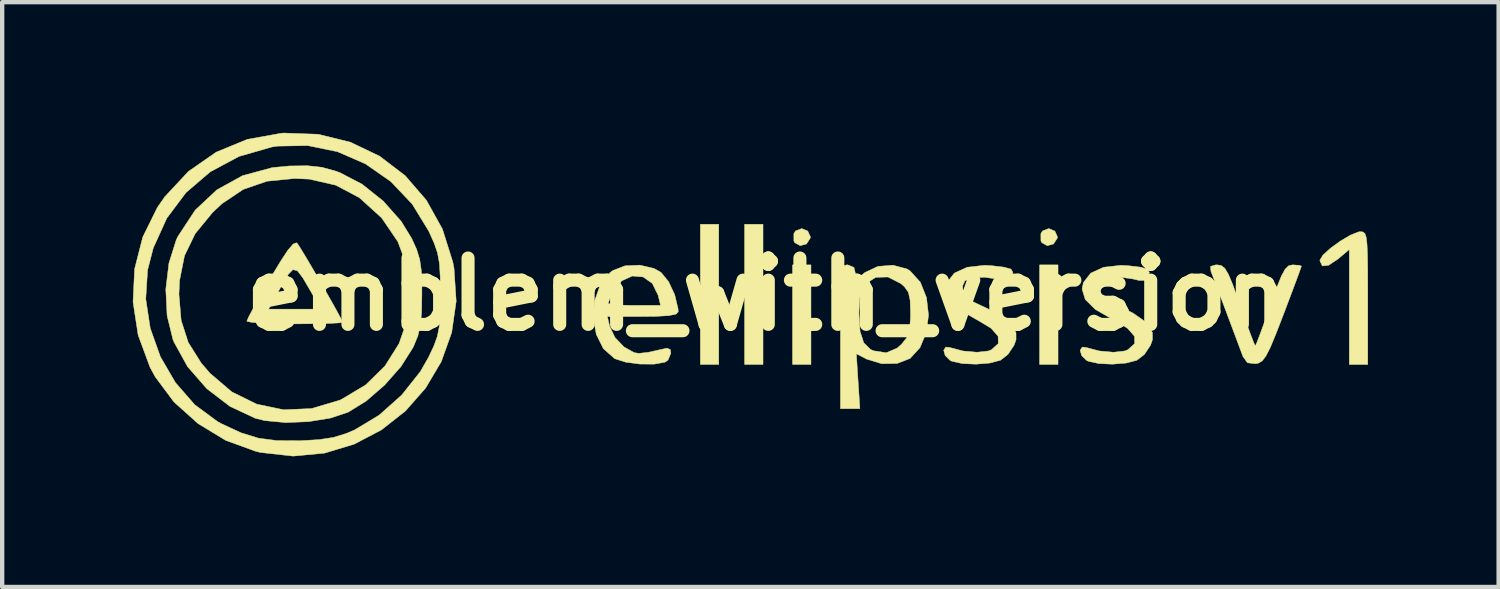
<source format=kicad_pcb>
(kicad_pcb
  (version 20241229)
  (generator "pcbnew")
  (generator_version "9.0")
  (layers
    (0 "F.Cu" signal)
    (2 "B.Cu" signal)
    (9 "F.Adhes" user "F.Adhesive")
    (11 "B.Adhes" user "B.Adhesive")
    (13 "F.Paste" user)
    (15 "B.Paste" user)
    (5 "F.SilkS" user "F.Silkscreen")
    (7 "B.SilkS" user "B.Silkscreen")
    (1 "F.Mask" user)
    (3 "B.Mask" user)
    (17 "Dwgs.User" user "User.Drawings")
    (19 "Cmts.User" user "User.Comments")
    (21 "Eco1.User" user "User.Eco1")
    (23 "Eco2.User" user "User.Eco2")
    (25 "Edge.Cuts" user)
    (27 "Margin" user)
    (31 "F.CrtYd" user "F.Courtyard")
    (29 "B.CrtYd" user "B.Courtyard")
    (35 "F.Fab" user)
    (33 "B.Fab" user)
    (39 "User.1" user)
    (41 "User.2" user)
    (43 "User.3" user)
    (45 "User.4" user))
  (footprint "emblem_with_version"
    (layer "F.Cu")
    (at 14.555 3.709)
    (property "Reference" "emblem_with_version" (at 0 0 0) (layer "F.SilkS") (effects (font (size 1.524 1.524) (thickness 0.3))))
    (attr through_hole)
    (fp_poly (pts (xy -1.101 1.609) (xy -1.524 1.609) (xy -1.524 -1.609) (xy -1.101 -1.609) (xy -1.101 1.609)) (stroke (width 0.01) (type solid)) (fill yes) (layer "F.SilkS"))
    (fp_poly (pts (xy -0.085 1.609) (xy -0.508 1.609) (xy -0.508 -1.609) (xy -0.085 -1.609) (xy -0.085 1.609)) (stroke (width 0.01) (type solid)) (fill yes) (layer "F.SilkS"))
    (fp_poly (pts (xy 1.016 1.609) (xy 0.593 1.609) (xy 0.593 -0.677) (xy 1.016 -0.677) (xy 1.016 1.609)) (stroke (width 0.01) (type solid)) (fill yes) (layer "F.SilkS"))
    (fp_poly (pts (xy 6.689 1.609) (xy 6.265 1.609) (xy 6.265 -0.677) (xy 6.689 -0.677) (xy 6.689 1.609)) (stroke (width 0.01) (type solid)) (fill yes) (layer "F.SilkS"))
    (fp_poly (pts (xy 0.943 -1.453) (xy 1.003 -1.32) (xy 1 -1.292) (xy 0.913 -1.157) (xy 0.769 -1.118) (xy 0.644 -1.187) (xy 0.624 -1.227) (xy 0.623 -1.393) (xy 0.66 -1.456) (xy 0.805 -1.511) (xy 0.943 -1.453)) (stroke (width 0.01) (type solid)) (fill yes) (layer "F.SilkS"))
    (fp_poly (pts (xy 6.616 -1.453) (xy 6.676 -1.32) (xy 6.673 -1.292) (xy 6.585 -1.157) (xy 6.442 -1.118) (xy 6.317 -1.187) (xy 6.296 -1.227) (xy 6.295 -1.393) (xy 6.333 -1.456) (xy 6.477 -1.511) (xy 6.616 -1.453)) (stroke (width 0.01) (type solid)) (fill yes) (layer "F.SilkS"))
    (fp_poly (pts (xy 13.689 -1.433) (xy 13.734 -1.398) (xy 13.765 -1.311) (xy 13.784 -1.15) (xy 13.795 -0.892) (xy 13.8 -0.513) (xy 13.801 0.009) (xy 13.801 0.085) (xy 13.801 1.609) (xy 13.377 1.609) (xy 13.377 -1.031) (xy 13.116 -0.811) (xy 12.9 -0.667) (xy 12.757 -0.653) (xy 12.703 -0.77) (xy 12.703 -0.788) (xy 12.773 -0.903) (xy 12.946 -1.06) (xy 13.172 -1.224) (xy 13.402 -1.36) (xy 13.587 -1.434) (xy 13.628 -1.439) (xy 13.689 -1.433)) (stroke (width 0.01) (type solid)) (fill yes) (layer "F.SilkS"))
    (fp_poly (pts (xy -10.778 -1.169) (xy -10.704 -1.056) (xy -10.573 -0.84) (xy -10.406 -0.557) (xy -10.223 -0.242) (xy -10.045 0.071) (xy -9.89 0.346) (xy -9.781 0.547) (xy -9.737 0.64) (xy -9.737 0.642) (xy -9.816 0.655) (xy -10.033 0.666) (xy -10.357 0.674) (xy -10.756 0.677) (xy -10.837 0.677) (xy -11.247 0.673) (xy -11.587 0.66) (xy -11.826 0.642) (xy -11.934 0.619) (xy -11.937 0.614) (xy -11.896 0.52) (xy -11.8 0.339) (xy -11.437 0.339) (xy -10.238 0.339) (xy -10.466 -0.064) (xy -10.648 -0.374) (xy -10.775 -0.541) (xy -10.878 -0.568) (xy -10.985 -0.461) (xy -11.126 -0.224) (xy -11.158 -0.166) (xy -11.437 0.339) (xy -11.8 0.339) (xy -11.785 0.312) (xy -11.621 0.017) (xy -11.419 -0.332) (xy -11.401 -0.364) (xy -11.163 -0.759) (xy -10.992 -1.018) (xy -10.874 -1.155) (xy -10.799 -1.185) (xy -10.778 -1.169)) (stroke (width 0.01) (type solid)) (fill yes) (layer "F.SilkS"))
    (fp_poly (pts (xy 12.233 -0.666) (xy 12.277 -0.648) (xy 12.248 -0.562) (xy 12.17 -0.348) (xy 12.053 -0.035) (xy 11.908 0.348) (xy 11.86 0.474) (xy 11.69 0.914) (xy 11.563 1.219) (xy 11.463 1.415) (xy 11.379 1.526) (xy 11.294 1.578) (xy 11.225 1.593) (xy 11.038 1.571) (xy 10.934 1.424) (xy 10.823 1.126) (xy 10.689 0.768) (xy 10.547 0.39) (xy 10.412 0.031) (xy 10.299 -0.27) (xy 10.222 -0.473) (xy 10.2 -0.529) (xy 10.191 -0.642) (xy 10.311 -0.677) (xy 10.345 -0.677) (xy 10.437 -0.662) (xy 10.517 -0.6) (xy 10.6 -0.463) (xy 10.7 -0.226) (xy 10.832 0.14) (xy 10.872 0.254) (xy 11.001 0.619) (xy 11.109 0.917) (xy 11.186 1.116) (xy 11.218 1.185) (xy 11.253 1.11) (xy 11.331 0.907) (xy 11.44 0.606) (xy 11.565 0.254) (xy 11.709 -0.149) (xy 11.816 -0.417) (xy 11.903 -0.577) (xy 11.982 -0.655) (xy 12.07 -0.677) (xy 12.083 -0.677) (xy 12.233 -0.666)) (stroke (width 0.01) (type solid)) (fill yes) (layer "F.SilkS"))
    (fp_poly (pts (xy 5.168 -0.658) (xy 5.456 -0.623) (xy 5.608 -0.579) (xy 5.652 -0.507) (xy 5.627 -0.402) (xy 5.56 -0.321) (xy 5.421 -0.319) (xy 5.28 -0.353) (xy 5.001 -0.394) (xy 4.736 -0.38) (xy 4.731 -0.379) (xy 4.552 -0.314) (xy 4.499 -0.196) (xy 4.504 -0.11) (xy 4.554 0.031) (xy 4.688 0.147) (xy 4.945 0.269) (xy 4.988 0.287) (xy 5.274 0.428) (xy 5.515 0.595) (xy 5.614 0.695) (xy 5.724 0.879) (xy 5.725 1.042) (xy 5.679 1.169) (xy 5.539 1.379) (xy 5.367 1.513) (xy 5.123 1.577) (xy 4.808 1.603) (xy 4.493 1.589) (xy 4.252 1.536) (xy 4.212 1.517) (xy 4.098 1.405) (xy 4.064 1.283) (xy 4.113 1.21) (xy 4.198 1.219) (xy 4.51 1.301) (xy 4.831 1.329) (xy 5.093 1.299) (xy 5.159 1.273) (xy 5.317 1.13) (xy 5.313 0.962) (xy 5.152 0.778) (xy 4.837 0.588) (xy 4.808 0.574) (xy 4.413 0.346) (xy 4.181 0.116) (xy 4.109 -0.122) (xy 4.139 -0.272) (xy 4.308 -0.488) (xy 4.603 -0.623) (xy 4.997 -0.667) (xy 5.168 -0.658)) (stroke (width 0.01) (type solid)) (fill yes) (layer "F.SilkS"))
    (fp_poly (pts (xy 8.3 -0.658) (xy 8.589 -0.623) (xy 8.74 -0.579) (xy 8.785 -0.507) (xy 8.759 -0.402) (xy 8.693 -0.321) (xy 8.553 -0.319) (xy 8.413 -0.353) (xy 8.133 -0.394) (xy 7.869 -0.38) (xy 7.864 -0.379) (xy 7.685 -0.314) (xy 7.631 -0.196) (xy 7.636 -0.11) (xy 7.686 0.031) (xy 7.821 0.147) (xy 8.078 0.269) (xy 8.121 0.287) (xy 8.406 0.428) (xy 8.647 0.595) (xy 8.747 0.695) (xy 8.856 0.879) (xy 8.857 1.042) (xy 8.812 1.169) (xy 8.672 1.379) (xy 8.499 1.513) (xy 8.256 1.577) (xy 7.94 1.603) (xy 7.626 1.589) (xy 7.385 1.536) (xy 7.345 1.517) (xy 7.231 1.405) (xy 7.197 1.283) (xy 7.245 1.21) (xy 7.331 1.219) (xy 7.642 1.301) (xy 7.964 1.329) (xy 8.225 1.299) (xy 8.291 1.273) (xy 8.449 1.13) (xy 8.445 0.962) (xy 8.284 0.778) (xy 7.97 0.588) (xy 7.941 0.574) (xy 7.545 0.346) (xy 7.314 0.116) (xy 7.241 -0.122) (xy 7.272 -0.272) (xy 7.441 -0.488) (xy 7.736 -0.623) (xy 8.13 -0.667) (xy 8.3 -0.658)) (stroke (width 0.01) (type solid)) (fill yes) (layer "F.SilkS"))
    (fp_poly (pts (xy -2.585 -0.594) (xy -2.427 -0.504) (xy -2.253 -0.292) (xy -2.112 0.011) (xy -2.037 0.325) (xy -2.032 0.402) (xy -2.085 0.455) (xy -2.254 0.489) (xy -2.561 0.505) (xy -2.846 0.508) (xy -3.659 0.508) (xy -3.604 0.741) (xy -3.484 0.991) (xy -3.278 1.207) (xy -3.043 1.338) (xy -2.937 1.355) (xy -2.722 1.331) (xy -2.476 1.276) (xy -2.289 1.235) (xy -2.213 1.268) (xy -2.201 1.352) (xy -2.266 1.508) (xy -2.335 1.557) (xy -2.585 1.602) (xy -2.915 1.6) (xy -3.243 1.556) (xy -3.489 1.477) (xy -3.491 1.476) (xy -3.75 1.247) (xy -3.913 0.92) (xy -3.981 0.539) (xy -3.956 0.207) (xy -3.641 0.207) (xy -3.563 0.23) (xy -3.359 0.247) (xy -3.07 0.254) (xy -3.039 0.254) (xy -2.437 0.254) (xy -2.493 0.021) (xy -2.626 -0.251) (xy -2.838 -0.4) (xy -3.086 -0.421) (xy -3.328 -0.312) (xy -3.517 -0.079) (xy -3.603 0.101) (xy -3.641 0.206) (xy -3.641 0.207) (xy -3.956 0.207) (xy -3.951 0.147) (xy -3.824 -0.214) (xy -3.597 -0.499) (xy -3.538 -0.545) (xy -3.255 -0.655) (xy -2.912 -0.671) (xy -2.585 -0.594)) (stroke (width 0.01) (type solid)) (fill yes) (layer "F.SilkS"))
    (fp_poly (pts (xy 2.003 -0.619) (xy 2.032 -0.502) (xy 2.032 -0.326) (xy 2.255 -0.502) (xy 2.553 -0.642) (xy 2.899 -0.67) (xy 3.22 -0.583) (xy 3.292 -0.539) (xy 3.528 -0.278) (xy 3.669 0.076) (xy 3.715 0.475) (xy 3.665 0.874) (xy 3.519 1.224) (xy 3.292 1.471) (xy 2.996 1.586) (xy 2.641 1.592) (xy 2.297 1.488) (xy 2.295 1.486) (xy 2.058 1.364) (xy 2.098 1.994) (xy 2.139 2.625) (xy 1.693 2.625) (xy 1.693 0.974) (xy 1.694 0.449) (xy 2.117 0.449) (xy 2.143 0.848) (xy 2.228 1.111) (xy 2.383 1.264) (xy 2.455 1.296) (xy 2.745 1.341) (xy 2.994 1.235) (xy 3.094 1.147) (xy 3.216 0.995) (xy 3.279 0.815) (xy 3.301 0.547) (xy 3.302 0.433) (xy 3.293 0.137) (xy 3.253 -0.047) (xy 3.163 -0.175) (xy 3.079 -0.248) (xy 2.784 -0.399) (xy 2.503 -0.391) (xy 2.286 -0.254) (xy 2.186 -0.113) (xy 2.133 0.089) (xy 2.117 0.402) (xy 2.117 0.449) (xy 1.694 0.449) (xy 1.694 0.407) (xy 1.698 -0.013) (xy 1.706 -0.308) (xy 1.723 -0.499) (xy 1.749 -0.61) (xy 1.786 -0.662) (xy 1.838 -0.677) (xy 1.863 -0.677) (xy 2.003 -0.619)) (stroke (width 0.01) (type solid)) (fill yes) (layer "F.SilkS"))
    (fp_poly (pts (xy -10.216 -2.918) (xy -9.903 -2.832) (xy -9.8 -2.795) (xy -9.291 -2.53) (xy -8.805 -2.142) (xy -8.394 -1.678) (xy -8.153 -1.286) (xy -8.038 -1.032) (xy -7.968 -0.805) (xy -7.931 -0.547) (xy -7.918 -0.203) (xy -7.918 0) (xy -7.925 0.414) (xy -7.953 0.713) (xy -8.01 0.952) (xy -8.105 1.185) (xy -8.126 1.228) (xy -8.398 1.657) (xy -8.774 2.083) (xy -9.2 2.452) (xy -9.61 2.705) (xy -10.022 2.842) (xy -10.524 2.923) (xy -11.048 2.944) (xy -11.525 2.899) (xy -11.741 2.846) (xy -12.325 2.572) (xy -12.857 2.165) (xy -13.298 1.66) (xy -13.612 1.091) (xy -13.635 1.033) (xy -13.768 0.488) (xy -13.792 0) (xy -13.496 0) (xy -13.446 0.595) (xy -13.283 1.103) (xy -12.986 1.575) (xy -12.785 1.81) (xy -12.281 2.24) (xy -11.71 2.521) (xy -11.093 2.65) (xy -10.452 2.622) (xy -9.811 2.432) (xy -9.769 2.414) (xy -9.209 2.08) (xy -8.765 1.644) (xy -8.442 1.13) (xy -8.246 0.563) (xy -8.181 -0.032) (xy -8.254 -0.631) (xy -8.469 -1.209) (xy -8.832 -1.742) (xy -8.858 -1.771) (xy -9.352 -2.219) (xy -9.895 -2.507) (xy -10.504 -2.646) (xy -10.837 -2.661) (xy -11.474 -2.598) (xy -12.02 -2.41) (xy -12.511 -2.08) (xy -12.725 -1.879) (xy -13.123 -1.394) (xy -13.369 -0.886) (xy -13.483 -0.312) (xy -13.496 0) (xy -13.792 0) (xy -13.798 -0.116) (xy -13.726 -0.717) (xy -13.558 -1.251) (xy -13.516 -1.336) (xy -13.122 -1.935) (xy -12.627 -2.399) (xy -12.035 -2.726) (xy -11.355 -2.91) (xy -10.964 -2.948) (xy -10.545 -2.953) (xy -10.216 -2.918)) (stroke (width 0.01) (type solid)) (fill yes) (layer "F.SilkS"))
    (fp_poly (pts (xy -10.298 -3.676) (xy -9.559 -3.494) (xy -8.888 -3.173) (xy -8.301 -2.725) (xy -7.815 -2.162) (xy -7.445 -1.497) (xy -7.208 -0.743) (xy -7.18 -0.596) (xy -7.13 0.156) (xy -7.233 0.874) (xy -7.472 1.544) (xy -7.831 2.15) (xy -8.295 2.678) (xy -8.848 3.113) (xy -9.473 3.44) (xy -10.154 3.646) (xy -10.877 3.714) (xy -11.624 3.63) (xy -11.726 3.606) (xy -12.42 3.354) (xy -13.058 2.967) (xy -13.61 2.472) (xy -14.042 1.892) (xy -14.16 1.674) (xy -14.433 0.936) (xy -14.55 0.175) (xy -14.547 0.106) (xy -14.258 0.106) (xy -14.155 0.779) (xy -13.923 1.43) (xy -13.578 2.025) (xy -13.134 2.534) (xy -12.607 2.923) (xy -12.518 2.971) (xy -12.072 3.178) (xy -11.671 3.302) (xy -11.245 3.358) (xy -10.726 3.361) (xy -10.71 3.361) (xy -10.274 3.335) (xy -9.941 3.283) (xy -9.646 3.191) (xy -9.461 3.112) (xy -8.9 2.774) (xy -8.381 2.312) (xy -7.953 1.773) (xy -7.767 1.449) (xy -7.642 1.184) (xy -7.563 0.965) (xy -7.518 0.739) (xy -7.498 0.454) (xy -7.493 0.058) (xy -7.493 0.002) (xy -7.497 -0.413) (xy -7.515 -0.712) (xy -7.558 -0.948) (xy -7.635 -1.174) (xy -7.755 -1.443) (xy -7.762 -1.456) (xy -8.14 -2.073) (xy -8.632 -2.591) (xy -9.213 -2.996) (xy -9.856 -3.276) (xy -10.538 -3.416) (xy -11.233 -3.404) (xy -11.367 -3.383) (xy -12.117 -3.167) (xy -12.777 -2.814) (xy -13.334 -2.337) (xy -13.775 -1.749) (xy -14.086 -1.064) (xy -14.216 -0.558) (xy -14.258 0.106) (xy -14.547 0.106) (xy -14.514 -0.584) (xy -14.327 -1.316) (xy -13.992 -1.995) (xy -13.82 -2.242) (xy -13.277 -2.824) (xy -12.642 -3.265) (xy -11.928 -3.559) (xy -11.144 -3.7) (xy -11.089 -3.704) (xy -10.298 -3.676)) (stroke (width 0.01) (type solid)) (fill yes) (layer "F.SilkS")))
  (gr_rect
    (start -3 -3)
    (end 31.361 10.428)
    (stroke (width 0.1) (type default))
    (fill no)
    (layer "Edge.Cuts")))
</source>
